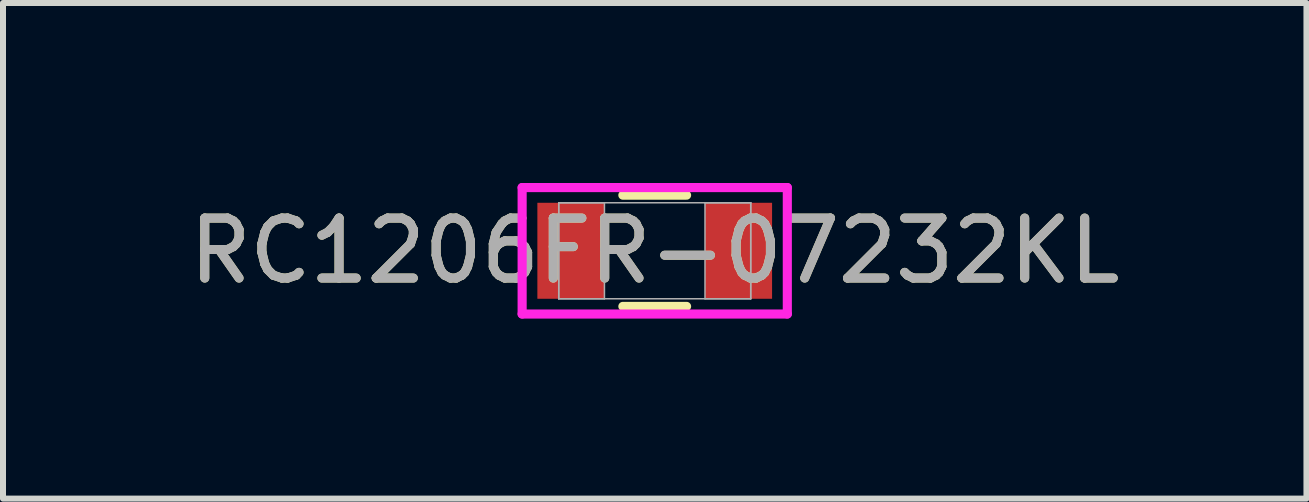
<source format=kicad_pcb>
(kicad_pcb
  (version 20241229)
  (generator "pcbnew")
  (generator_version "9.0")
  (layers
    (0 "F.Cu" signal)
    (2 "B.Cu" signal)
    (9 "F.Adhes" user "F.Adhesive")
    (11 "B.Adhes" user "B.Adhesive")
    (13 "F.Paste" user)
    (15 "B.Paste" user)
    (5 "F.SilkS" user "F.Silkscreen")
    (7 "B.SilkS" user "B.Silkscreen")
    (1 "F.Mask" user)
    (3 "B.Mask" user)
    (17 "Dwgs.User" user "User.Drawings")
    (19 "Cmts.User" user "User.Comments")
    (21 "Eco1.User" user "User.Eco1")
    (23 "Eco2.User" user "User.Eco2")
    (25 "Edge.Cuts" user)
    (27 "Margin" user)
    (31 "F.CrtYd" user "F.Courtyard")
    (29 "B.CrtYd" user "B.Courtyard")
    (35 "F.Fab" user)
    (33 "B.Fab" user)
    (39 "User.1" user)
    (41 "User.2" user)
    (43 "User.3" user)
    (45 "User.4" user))
  (footprint "RC1206FR-07232KL"
    (layer "F.Cu")
    (at 7.863 1.13)
    (property "Reference" "RC1206FR-07232KL" (at 0 0 0) (unlocked yes) (layer "F.SilkS") (effects (font (size 1 1) (thickness 0.15))))
    (attr smd)
    (fp_line (start -0.531 0.927) (end 0.531 0.927) (stroke (width 0.152) (type solid)) (layer "F.SilkS"))
    (fp_line (start 0.531 -0.927) (end -0.531 -0.927) (stroke (width 0.152) (type solid)) (layer "F.SilkS"))
    (fp_line (start -2.21 -1.054) (end 2.21 -1.054) (stroke (width 0.152) (type solid)) (layer "F.CrtYd"))
    (fp_line (start -2.21 1.054) (end -2.21 -1.054) (stroke (width 0.152) (type solid)) (layer "F.CrtYd"))
    (fp_line (start 2.21 -1.054) (end 2.21 1.054) (stroke (width 0.152) (type solid)) (layer "F.CrtYd"))
    (fp_line (start 2.21 1.054) (end -2.21 1.054) (stroke (width 0.152) (type solid)) (layer "F.CrtYd"))
    (fp_line (start -1.6 -0.8) (end -1.6 0.8) (stroke (width 0.025) (type solid)) (layer "F.Fab"))
    (fp_line (start -1.6 -0.8) (end -1.6 0.8) (stroke (width 0.025) (type solid)) (layer "F.Fab"))
    (fp_line (start -1.6 0.8) (end -0.838 0.8) (stroke (width 0.025) (type solid)) (layer "F.Fab"))
    (fp_line (start -1.6 0.8) (end 1.6 0.8) (stroke (width 0.025) (type solid)) (layer "F.Fab"))
    (fp_line (start -0.838 -0.8) (end -1.6 -0.8) (stroke (width 0.025) (type solid)) (layer "F.Fab"))
    (fp_line (start -0.838 0.8) (end -0.838 -0.8) (stroke (width 0.025) (type solid)) (layer "F.Fab"))
    (fp_line (start 0.838 -0.8) (end 0.838 0.8) (stroke (width 0.025) (type solid)) (layer "F.Fab"))
    (fp_line (start 0.838 0.8) (end 1.6 0.8) (stroke (width 0.025) (type solid)) (layer "F.Fab"))
    (fp_line (start 1.6 -0.8) (end -1.6 -0.8) (stroke (width 0.025) (type solid)) (layer "F.Fab"))
    (fp_line (start 1.6 -0.8) (end 0.838 -0.8) (stroke (width 0.025) (type solid)) (layer "F.Fab"))
    (fp_line (start 1.6 0.8) (end 1.6 -0.8) (stroke (width 0.025) (type solid)) (layer "F.Fab"))
    (fp_line (start 1.6 0.8) (end 1.6 -0.8) (stroke (width 0.025) (type solid)) (layer "F.Fab"))
    (fp_text user "${REFERENCE}" (at 0 0 0) (unlocked yes) (layer "F.Fab") (effects (font (size 1 1) (thickness 0.15))))
    (pad "1" smd rect (at -1.397 0) (size 1.118 1.6) (layers "F.Cu" "F.Mask" "F.Paste"))
    (pad "2" smd rect (at 1.397 0) (size 1.118 1.6) (layers "F.Cu" "F.Mask" "F.Paste"))
    (zone (net_name "") (layer "F.Cu") (hatch full 0.508) (connect_pads) (min_thickness 0.254) (filled_areas_thickness no) (keepout (tracks not_allowed) (vias not_allowed) (pads allowed) (copperpour not_allowed) (footprints allowed)) (placement (enabled no)) (fill) (polygon (pts (xy 7.076 0.381) (xy 8.65 0.381) (xy 8.65 1.88) (xy 7.076 1.88)))))
  (gr_rect
    (start -3 -3)
    (end 18.726 5.261)
    (stroke (width 0.1) (type default))
    (fill no)
    (layer "Edge.Cuts")))
</source>
